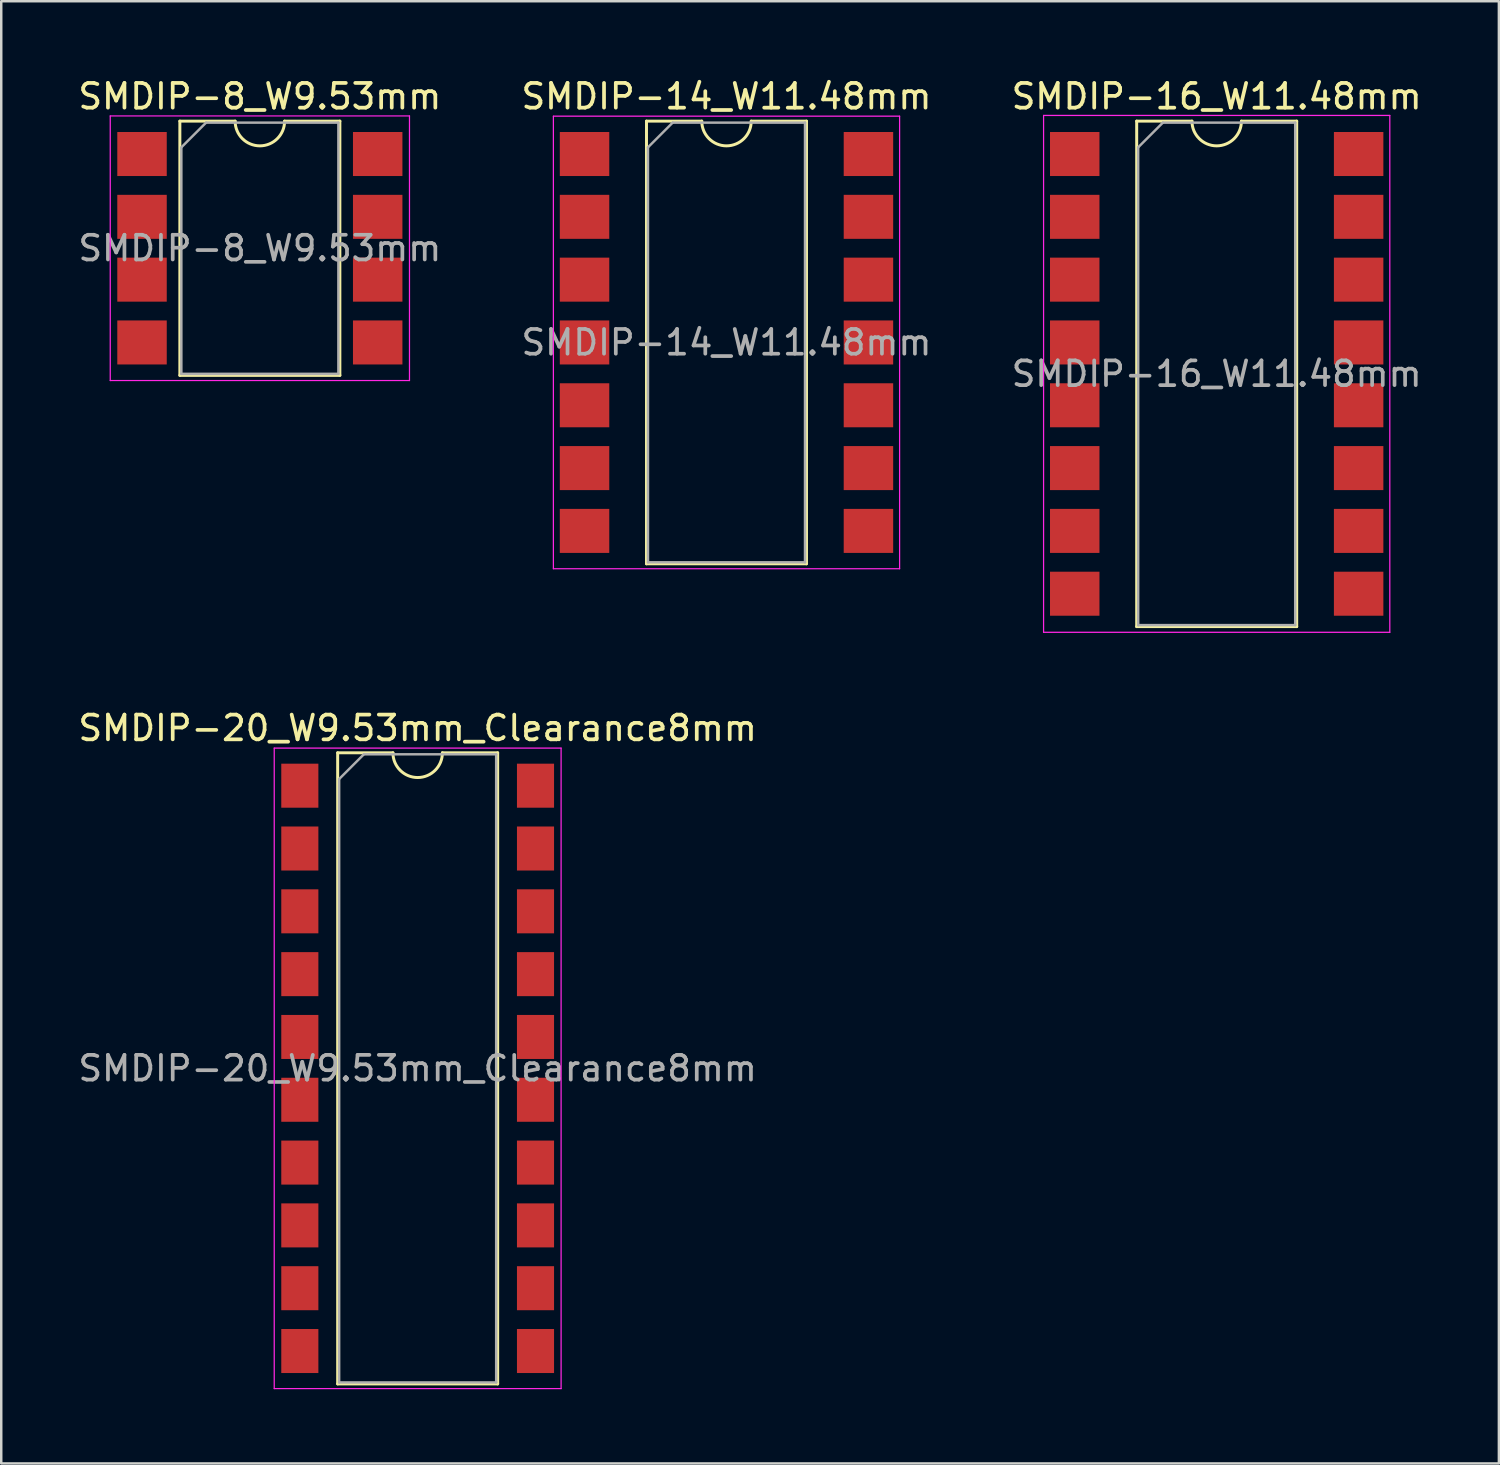
<source format=kicad_pcb>
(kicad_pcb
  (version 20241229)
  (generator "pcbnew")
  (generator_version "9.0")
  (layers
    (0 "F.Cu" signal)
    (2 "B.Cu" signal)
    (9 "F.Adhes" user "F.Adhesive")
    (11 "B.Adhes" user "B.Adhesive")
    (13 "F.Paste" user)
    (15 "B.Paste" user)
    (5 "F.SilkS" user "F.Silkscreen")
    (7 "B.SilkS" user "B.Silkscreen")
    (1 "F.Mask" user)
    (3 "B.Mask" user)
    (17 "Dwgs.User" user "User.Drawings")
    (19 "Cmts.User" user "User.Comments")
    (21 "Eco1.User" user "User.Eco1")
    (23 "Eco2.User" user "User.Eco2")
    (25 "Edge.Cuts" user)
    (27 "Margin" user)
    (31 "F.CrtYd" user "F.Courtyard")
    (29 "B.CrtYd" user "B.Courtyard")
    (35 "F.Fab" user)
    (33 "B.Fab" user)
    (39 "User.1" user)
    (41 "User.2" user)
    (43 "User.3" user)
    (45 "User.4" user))
  (footprint "SMDIP-8_W9.53mm"
    (layer "F.Cu")
    (at 7.458 6.988)
    (property "Reference" "SMDIP-8_W9.53mm" (at 0 -6.14 0) (layer "F.SilkS") (effects (font (size 1 1) (thickness 0.15))))
    (attr smd)
    (fp_line (start -3.235 -5.14) (end -3.235 5.14) (stroke (width 0.12) (type solid)) (layer "F.SilkS"))
    (fp_line (start -3.235 5.14) (end 3.235 5.14) (stroke (width 0.12) (type solid)) (layer "F.SilkS"))
    (fp_line (start -1 -5.14) (end -3.235 -5.14) (stroke (width 0.12) (type solid)) (layer "F.SilkS"))
    (fp_line (start 3.235 -5.14) (end 1 -5.14) (stroke (width 0.12) (type solid)) (layer "F.SilkS"))
    (fp_line (start 3.235 5.14) (end 3.235 -5.14) (stroke (width 0.12) (type solid)) (layer "F.SilkS"))
    (fp_arc (start 1 -5.14) (mid 0 -4.14) (end -1 -5.14) (stroke (width 0.12) (type solid)) (layer "F.SilkS"))
    (fp_line (start -6.05 -5.35) (end -6.05 5.35) (stroke (width 0.05) (type solid)) (layer "F.CrtYd"))
    (fp_line (start -6.05 5.35) (end 6.05 5.35) (stroke (width 0.05) (type solid)) (layer "F.CrtYd"))
    (fp_line (start 6.05 -5.35) (end -6.05 -5.35) (stroke (width 0.05) (type solid)) (layer "F.CrtYd"))
    (fp_line (start 6.05 5.35) (end 6.05 -5.35) (stroke (width 0.05) (type solid)) (layer "F.CrtYd"))
    (fp_line (start -3.175 -4.08) (end -2.175 -5.08) (stroke (width 0.1) (type solid)) (layer "F.Fab"))
    (fp_line (start -3.175 5.08) (end -3.175 -4.08) (stroke (width 0.1) (type solid)) (layer "F.Fab"))
    (fp_line (start -2.175 -5.08) (end 3.175 -5.08) (stroke (width 0.1) (type solid)) (layer "F.Fab"))
    (fp_line (start 3.175 -5.08) (end 3.175 5.08) (stroke (width 0.1) (type solid)) (layer "F.Fab"))
    (fp_line (start 3.175 5.08) (end -3.175 5.08) (stroke (width 0.1) (type solid)) (layer "F.Fab"))
    (fp_text user "${REFERENCE}" (at 0 0 0) (layer "F.Fab") (effects (font (size 1 1) (thickness 0.15))))
    (pad "1" smd rect (at -4.765 -3.81) (size 2 1.78) (layers "F.Cu" "F.Mask" "F.Paste"))
    (pad "2" smd rect (at -4.765 -1.27) (size 2 1.78) (layers "F.Cu" "F.Mask" "F.Paste"))
    (pad "3" smd rect (at -4.765 1.27) (size 2 1.78) (layers "F.Cu" "F.Mask" "F.Paste"))
    (pad "4" smd rect (at -4.765 3.81) (size 2 1.78) (layers "F.Cu" "F.Mask" "F.Paste"))
    (pad "5" smd rect (at 4.765 3.81) (size 2 1.78) (layers "F.Cu" "F.Mask" "F.Paste"))
    (pad "6" smd rect (at 4.765 1.27) (size 2 1.78) (layers "F.Cu" "F.Mask" "F.Paste"))
    (pad "7" smd rect (at 4.765 -1.27) (size 2 1.78) (layers "F.Cu" "F.Mask" "F.Paste"))
    (pad "8" smd rect (at 4.765 -3.81) (size 2 1.78) (layers "F.Cu" "F.Mask" "F.Paste")))
  (footprint "SMDIP-16_W11.48mm"
    (layer "F.Cu")
    (at 46.149 12.068)
    (property "Reference" "SMDIP-16_W11.48mm" (at 0 -11.22 0) (layer "F.SilkS") (effects (font (size 1 1) (thickness 0.15))))
    (attr smd)
    (fp_line (start -3.235 -10.22) (end -3.235 10.22) (stroke (width 0.12) (type solid)) (layer "F.SilkS"))
    (fp_line (start -3.235 10.22) (end 3.235 10.22) (stroke (width 0.12) (type solid)) (layer "F.SilkS"))
    (fp_line (start -1 -10.22) (end -3.235 -10.22) (stroke (width 0.12) (type solid)) (layer "F.SilkS"))
    (fp_line (start 3.235 -10.22) (end 1 -10.22) (stroke (width 0.12) (type solid)) (layer "F.SilkS"))
    (fp_line (start 3.235 10.22) (end 3.235 -10.22) (stroke (width 0.12) (type solid)) (layer "F.SilkS"))
    (fp_arc (start 1 -10.22) (mid 0 -9.22) (end -1 -10.22) (stroke (width 0.12) (type solid)) (layer "F.SilkS"))
    (fp_line (start -7 -10.45) (end -7 10.45) (stroke (width 0.05) (type solid)) (layer "F.CrtYd"))
    (fp_line (start -7 10.45) (end 7 10.45) (stroke (width 0.05) (type solid)) (layer "F.CrtYd"))
    (fp_line (start 7 -10.45) (end -7 -10.45) (stroke (width 0.05) (type solid)) (layer "F.CrtYd"))
    (fp_line (start 7 10.45) (end 7 -10.45) (stroke (width 0.05) (type solid)) (layer "F.CrtYd"))
    (fp_line (start -3.175 -9.16) (end -2.175 -10.16) (stroke (width 0.1) (type solid)) (layer "F.Fab"))
    (fp_line (start -3.175 10.16) (end -3.175 -9.16) (stroke (width 0.1) (type solid)) (layer "F.Fab"))
    (fp_line (start -2.175 -10.16) (end 3.175 -10.16) (stroke (width 0.1) (type solid)) (layer "F.Fab"))
    (fp_line (start 3.175 -10.16) (end 3.175 10.16) (stroke (width 0.1) (type solid)) (layer "F.Fab"))
    (fp_line (start 3.175 10.16) (end -3.175 10.16) (stroke (width 0.1) (type solid)) (layer "F.Fab"))
    (fp_text user "${REFERENCE}" (at 0 0 0) (layer "F.Fab") (effects (font (size 1 1) (thickness 0.15))))
    (pad "1" smd rect (at -5.74 -8.89) (size 2 1.78) (layers "F.Cu" "F.Mask" "F.Paste"))
    (pad "2" smd rect (at -5.74 -6.35) (size 2 1.78) (layers "F.Cu" "F.Mask" "F.Paste"))
    (pad "3" smd rect (at -5.74 -3.81) (size 2 1.78) (layers "F.Cu" "F.Mask" "F.Paste"))
    (pad "4" smd rect (at -5.74 -1.27) (size 2 1.78) (layers "F.Cu" "F.Mask" "F.Paste"))
    (pad "5" smd rect (at -5.74 1.27) (size 2 1.78) (layers "F.Cu" "F.Mask" "F.Paste"))
    (pad "6" smd rect (at -5.74 3.81) (size 2 1.78) (layers "F.Cu" "F.Mask" "F.Paste"))
    (pad "7" smd rect (at -5.74 6.35) (size 2 1.78) (layers "F.Cu" "F.Mask" "F.Paste"))
    (pad "8" smd rect (at -5.74 8.89) (size 2 1.78) (layers "F.Cu" "F.Mask" "F.Paste"))
    (pad "9" smd rect (at 5.74 8.89) (size 2 1.78) (layers "F.Cu" "F.Mask" "F.Paste"))
    (pad "10" smd rect (at 5.74 6.35) (size 2 1.78) (layers "F.Cu" "F.Mask" "F.Paste"))
    (pad "11" smd rect (at 5.74 3.81) (size 2 1.78) (layers "F.Cu" "F.Mask" "F.Paste"))
    (pad "12" smd rect (at 5.74 1.27) (size 2 1.78) (layers "F.Cu" "F.Mask" "F.Paste"))
    (pad "13" smd rect (at 5.74 -1.27) (size 2 1.78) (layers "F.Cu" "F.Mask" "F.Paste"))
    (pad "14" smd rect (at 5.74 -3.81) (size 2 1.78) (layers "F.Cu" "F.Mask" "F.Paste"))
    (pad "15" smd rect (at 5.74 -6.35) (size 2 1.78) (layers "F.Cu" "F.Mask" "F.Paste"))
    (pad "16" smd rect (at 5.74 -8.89) (size 2 1.78) (layers "F.Cu" "F.Mask" "F.Paste")))
  (footprint "SMDIP-14_W11.48mm"
    (layer "F.Cu")
    (at 26.327 10.798)
    (property "Reference" "SMDIP-14_W11.48mm" (at 0 -9.95 0) (layer "F.SilkS") (effects (font (size 1 1) (thickness 0.15))))
    (attr smd)
    (fp_line (start -3.235 -8.95) (end -3.235 8.95) (stroke (width 0.12) (type solid)) (layer "F.SilkS"))
    (fp_line (start -3.235 8.95) (end 3.235 8.95) (stroke (width 0.12) (type solid)) (layer "F.SilkS"))
    (fp_line (start -1 -8.95) (end -3.235 -8.95) (stroke (width 0.12) (type solid)) (layer "F.SilkS"))
    (fp_line (start 3.235 -8.95) (end 1 -8.95) (stroke (width 0.12) (type solid)) (layer "F.SilkS"))
    (fp_line (start 3.235 8.95) (end 3.235 -8.95) (stroke (width 0.12) (type solid)) (layer "F.SilkS"))
    (fp_arc (start 1 -8.95) (mid 0 -7.95) (end -1 -8.95) (stroke (width 0.12) (type solid)) (layer "F.SilkS"))
    (fp_line (start -7 -9.15) (end -7 9.15) (stroke (width 0.05) (type solid)) (layer "F.CrtYd"))
    (fp_line (start -7 9.15) (end 7 9.15) (stroke (width 0.05) (type solid)) (layer "F.CrtYd"))
    (fp_line (start 7 -9.15) (end -7 -9.15) (stroke (width 0.05) (type solid)) (layer "F.CrtYd"))
    (fp_line (start 7 9.15) (end 7 -9.15) (stroke (width 0.05) (type solid)) (layer "F.CrtYd"))
    (fp_line (start -3.175 -7.89) (end -2.175 -8.89) (stroke (width 0.1) (type solid)) (layer "F.Fab"))
    (fp_line (start -3.175 8.89) (end -3.175 -7.89) (stroke (width 0.1) (type solid)) (layer "F.Fab"))
    (fp_line (start -2.175 -8.89) (end 3.175 -8.89) (stroke (width 0.1) (type solid)) (layer "F.Fab"))
    (fp_line (start 3.175 -8.89) (end 3.175 8.89) (stroke (width 0.1) (type solid)) (layer "F.Fab"))
    (fp_line (start 3.175 8.89) (end -3.175 8.89) (stroke (width 0.1) (type solid)) (layer "F.Fab"))
    (fp_text user "${REFERENCE}" (at 0 0 0) (layer "F.Fab") (effects (font (size 1 1) (thickness 0.15))))
    (pad "1" smd rect (at -5.74 -7.62) (size 2 1.78) (layers "F.Cu" "F.Mask" "F.Paste"))
    (pad "2" smd rect (at -5.74 -5.08) (size 2 1.78) (layers "F.Cu" "F.Mask" "F.Paste"))
    (pad "3" smd rect (at -5.74 -2.54) (size 2 1.78) (layers "F.Cu" "F.Mask" "F.Paste"))
    (pad "4" smd rect (at -5.74 0) (size 2 1.78) (layers "F.Cu" "F.Mask" "F.Paste"))
    (pad "5" smd rect (at -5.74 2.54) (size 2 1.78) (layers "F.Cu" "F.Mask" "F.Paste"))
    (pad "6" smd rect (at -5.74 5.08) (size 2 1.78) (layers "F.Cu" "F.Mask" "F.Paste"))
    (pad "7" smd rect (at -5.74 7.62) (size 2 1.78) (layers "F.Cu" "F.Mask" "F.Paste"))
    (pad "8" smd rect (at 5.74 7.62) (size 2 1.78) (layers "F.Cu" "F.Mask" "F.Paste"))
    (pad "9" smd rect (at 5.74 5.08) (size 2 1.78) (layers "F.Cu" "F.Mask" "F.Paste"))
    (pad "10" smd rect (at 5.74 2.54) (size 2 1.78) (layers "F.Cu" "F.Mask" "F.Paste"))
    (pad "11" smd rect (at 5.74 0) (size 2 1.78) (layers "F.Cu" "F.Mask" "F.Paste"))
    (pad "12" smd rect (at 5.74 -2.54) (size 2 1.78) (layers "F.Cu" "F.Mask" "F.Paste"))
    (pad "13" smd rect (at 5.74 -5.08) (size 2 1.78) (layers "F.Cu" "F.Mask" "F.Paste"))
    (pad "14" smd rect (at 5.74 -7.62) (size 2 1.78) (layers "F.Cu" "F.Mask" "F.Paste")))
  (footprint "SMDIP-20_W9.53mm_Clearance8mm"
    (layer "F.Cu")
    (at 13.839 40.151)
    (property "Reference" "SMDIP-20_W9.53mm_Clearance8mm" (at 0 -13.76 0) (layer "F.SilkS") (effects (font (size 1 1) (thickness 0.15))))
    (attr smd)
    (fp_line (start -3.235 -12.76) (end -3.235 12.76) (stroke (width 0.12) (type solid)) (layer "F.SilkS"))
    (fp_line (start -3.235 12.76) (end 3.235 12.76) (stroke (width 0.12) (type solid)) (layer "F.SilkS"))
    (fp_line (start -1 -12.76) (end -3.235 -12.76) (stroke (width 0.12) (type solid)) (layer "F.SilkS"))
    (fp_line (start 3.235 -12.76) (end 1 -12.76) (stroke (width 0.12) (type solid)) (layer "F.SilkS"))
    (fp_line (start 3.235 12.76) (end 3.235 -12.76) (stroke (width 0.12) (type solid)) (layer "F.SilkS"))
    (fp_arc (start 1 -12.76) (mid 0 -11.76) (end -1 -12.76) (stroke (width 0.12) (type solid)) (layer "F.SilkS"))
    (fp_line (start -5.8 -12.95) (end -5.8 12.95) (stroke (width 0.05) (type solid)) (layer "F.CrtYd"))
    (fp_line (start -5.8 12.95) (end 5.8 12.95) (stroke (width 0.05) (type solid)) (layer "F.CrtYd"))
    (fp_line (start 5.8 -12.95) (end -5.8 -12.95) (stroke (width 0.05) (type solid)) (layer "F.CrtYd"))
    (fp_line (start 5.8 12.95) (end 5.8 -12.95) (stroke (width 0.05) (type solid)) (layer "F.CrtYd"))
    (fp_line (start -3.175 -11.7) (end -2.175 -12.7) (stroke (width 0.1) (type solid)) (layer "F.Fab"))
    (fp_line (start -3.175 12.7) (end -3.175 -11.7) (stroke (width 0.1) (type solid)) (layer "F.Fab"))
    (fp_line (start -2.175 -12.7) (end 3.175 -12.7) (stroke (width 0.1) (type solid)) (layer "F.Fab"))
    (fp_line (start 3.175 -12.7) (end 3.175 12.7) (stroke (width 0.1) (type solid)) (layer "F.Fab"))
    (fp_line (start 3.175 12.7) (end -3.175 12.7) (stroke (width 0.1) (type solid)) (layer "F.Fab"))
    (fp_text user "${REFERENCE}" (at 0 0 0) (layer "F.Fab") (effects (font (size 1 1) (thickness 0.15))))
    (pad "1" smd rect (at -4.765 -11.43) (size 1.5 1.78) (layers "F.Cu" "F.Mask" "F.Paste"))
    (pad "2" smd rect (at -4.765 -8.89) (size 1.5 1.78) (layers "F.Cu" "F.Mask" "F.Paste"))
    (pad "3" smd rect (at -4.765 -6.35) (size 1.5 1.78) (layers "F.Cu" "F.Mask" "F.Paste"))
    (pad "4" smd rect (at -4.765 -3.81) (size 1.5 1.78) (layers "F.Cu" "F.Mask" "F.Paste"))
    (pad "5" smd rect (at -4.765 -1.27) (size 1.5 1.78) (layers "F.Cu" "F.Mask" "F.Paste"))
    (pad "6" smd rect (at -4.765 1.27) (size 1.5 1.78) (layers "F.Cu" "F.Mask" "F.Paste"))
    (pad "7" smd rect (at -4.765 3.81) (size 1.5 1.78) (layers "F.Cu" "F.Mask" "F.Paste"))
    (pad "8" smd rect (at -4.765 6.35) (size 1.5 1.78) (layers "F.Cu" "F.Mask" "F.Paste"))
    (pad "9" smd rect (at -4.765 8.89) (size 1.5 1.78) (layers "F.Cu" "F.Mask" "F.Paste"))
    (pad "10" smd rect (at -4.765 11.43) (size 1.5 1.78) (layers "F.Cu" "F.Mask" "F.Paste"))
    (pad "11" smd rect (at 4.765 11.43) (size 1.5 1.78) (layers "F.Cu" "F.Mask" "F.Paste"))
    (pad "12" smd rect (at 4.765 8.89) (size 1.5 1.78) (layers "F.Cu" "F.Mask" "F.Paste"))
    (pad "13" smd rect (at 4.765 6.35) (size 1.5 1.78) (layers "F.Cu" "F.Mask" "F.Paste"))
    (pad "14" smd rect (at 4.765 3.81) (size 1.5 1.78) (layers "F.Cu" "F.Mask" "F.Paste"))
    (pad "15" smd rect (at 4.765 1.27) (size 1.5 1.78) (layers "F.Cu" "F.Mask" "F.Paste"))
    (pad "16" smd rect (at 4.765 -1.27) (size 1.5 1.78) (layers "F.Cu" "F.Mask" "F.Paste"))
    (pad "17" smd rect (at 4.765 -3.81) (size 1.5 1.78) (layers "F.Cu" "F.Mask" "F.Paste"))
    (pad "18" smd rect (at 4.765 -6.35) (size 1.5 1.78) (layers "F.Cu" "F.Mask" "F.Paste"))
    (pad "19" smd rect (at 4.765 -8.89) (size 1.5 1.78) (layers "F.Cu" "F.Mask" "F.Paste"))
    (pad "20" smd rect (at 4.765 -11.43) (size 1.5 1.78) (layers "F.Cu" "F.Mask" "F.Paste")))
  (gr_rect
    (start -3 -3)
    (end 57.56 56.127)
    (stroke (width 0.1) (type default))
    (fill no)
    (layer "Edge.Cuts")))
</source>
